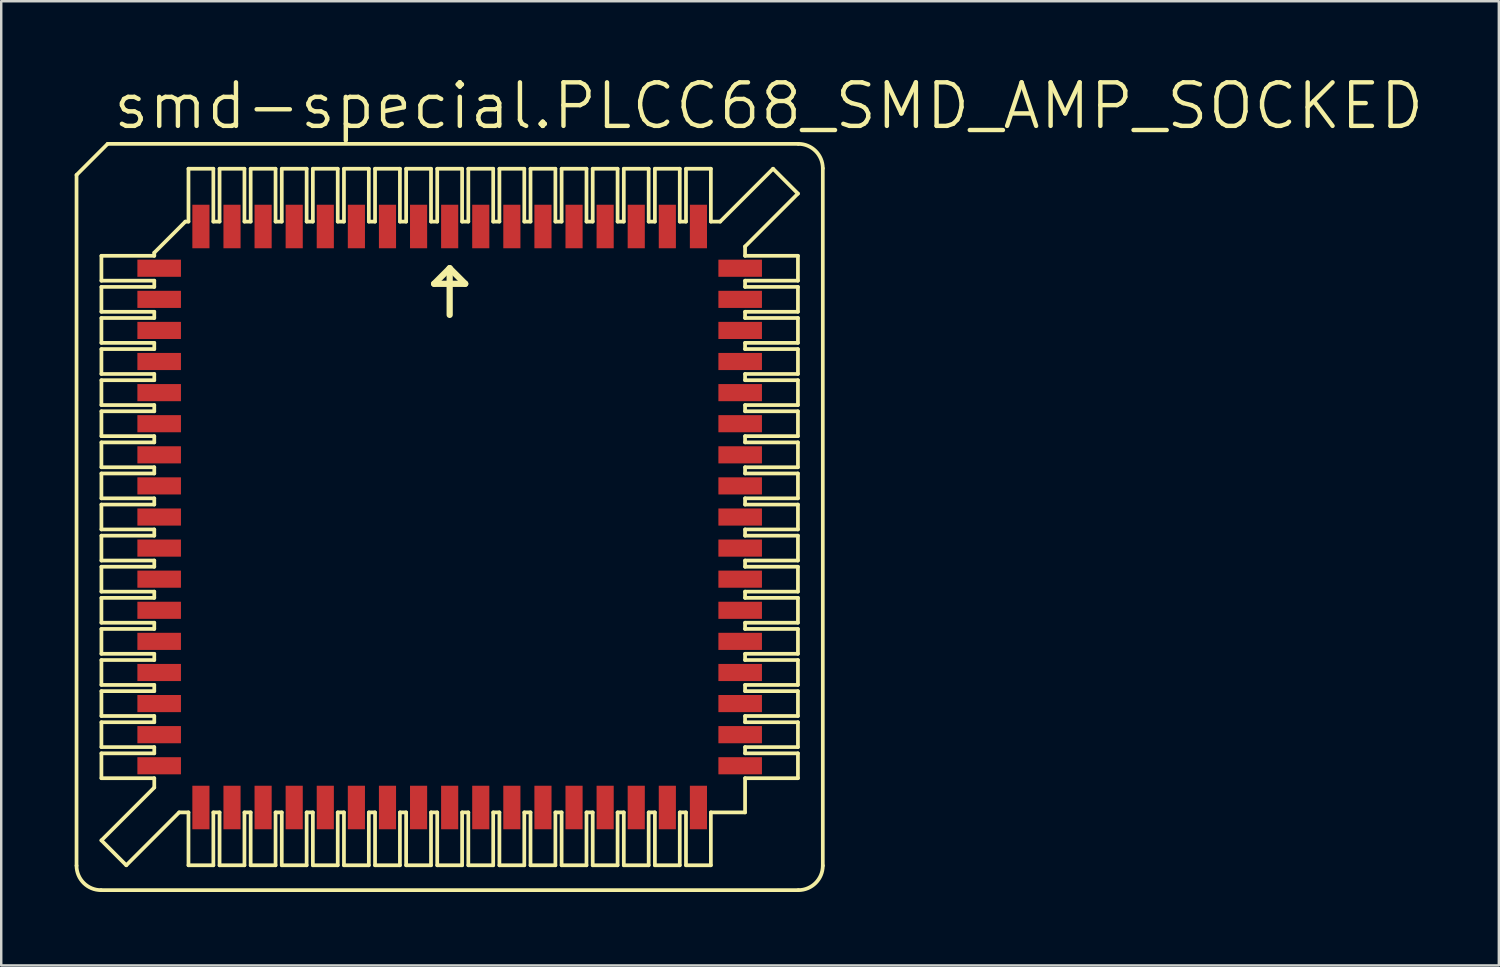
<source format=kicad_pcb>
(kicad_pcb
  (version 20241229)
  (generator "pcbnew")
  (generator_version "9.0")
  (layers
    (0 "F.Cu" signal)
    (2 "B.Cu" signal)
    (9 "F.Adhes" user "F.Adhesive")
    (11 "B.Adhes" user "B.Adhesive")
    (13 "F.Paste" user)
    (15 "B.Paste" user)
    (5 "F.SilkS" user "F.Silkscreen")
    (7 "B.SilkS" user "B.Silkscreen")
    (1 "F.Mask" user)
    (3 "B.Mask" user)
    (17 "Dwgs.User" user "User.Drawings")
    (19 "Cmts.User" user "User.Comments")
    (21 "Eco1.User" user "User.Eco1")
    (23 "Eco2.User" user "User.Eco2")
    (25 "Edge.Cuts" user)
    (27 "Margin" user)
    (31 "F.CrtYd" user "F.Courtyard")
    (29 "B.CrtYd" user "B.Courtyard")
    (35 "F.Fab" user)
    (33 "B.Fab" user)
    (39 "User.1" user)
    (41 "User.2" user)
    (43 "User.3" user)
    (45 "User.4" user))
  (footprint "smd-special.PLCC68_SMD_AMP_SOCKED"
    (layer "F.Cu")
    (at 15.316 18.066)
    (property "Reference" "smd-special.PLCC68_SMD_AMP_SOCKED" (at -13.843 -15.748 0) (layer "F.SilkS") (effects (font (size 1.778 1.778) (thickness 0.18)) (justify left bottom)))
    (attr smd)
    (fp_line (start -15.24 14.24) (end -15.24 -13.97) (stroke (width 0.152) (type default)) (layer "F.SilkS"))
    (fp_line (start -14.24 15.24) (end 14.24 15.24) (stroke (width 0.152) (type default)) (layer "F.SilkS"))
    (fp_line (start -14.224 -10.668) (end -14.224 -9.652) (stroke (width 0.152) (type default)) (layer "F.SilkS"))
    (fp_line (start -14.224 -10.668) (end -12.065 -10.668) (stroke (width 0.152) (type default)) (layer "F.SilkS"))
    (fp_line (start -14.224 -9.398) (end -14.224 -8.382) (stroke (width 0.152) (type default)) (layer "F.SilkS"))
    (fp_line (start -14.224 -9.398) (end -12.065 -9.398) (stroke (width 0.152) (type default)) (layer "F.SilkS"))
    (fp_line (start -14.224 -7.112) (end -14.224 -8.128) (stroke (width 0.152) (type default)) (layer "F.SilkS"))
    (fp_line (start -14.224 -7.112) (end -12.065 -7.112) (stroke (width 0.152) (type default)) (layer "F.SilkS"))
    (fp_line (start -14.224 -6.858) (end -14.224 -5.842) (stroke (width 0.152) (type default)) (layer "F.SilkS"))
    (fp_line (start -14.224 -6.858) (end -12.065 -6.858) (stroke (width 0.152) (type default)) (layer "F.SilkS"))
    (fp_line (start -14.224 -5.588) (end -14.224 -4.572) (stroke (width 0.152) (type default)) (layer "F.SilkS"))
    (fp_line (start -14.224 -5.588) (end -12.065 -5.588) (stroke (width 0.152) (type default)) (layer "F.SilkS"))
    (fp_line (start -14.224 -4.318) (end -14.224 -3.302) (stroke (width 0.152) (type default)) (layer "F.SilkS"))
    (fp_line (start -14.224 -4.318) (end -12.065 -4.318) (stroke (width 0.152) (type default)) (layer "F.SilkS"))
    (fp_line (start -14.224 -3.048) (end -14.224 -2.032) (stroke (width 0.152) (type default)) (layer "F.SilkS"))
    (fp_line (start -14.224 -3.048) (end -12.065 -3.048) (stroke (width 0.152) (type default)) (layer "F.SilkS"))
    (fp_line (start -14.224 -0.762) (end -14.224 -1.778) (stroke (width 0.152) (type default)) (layer "F.SilkS"))
    (fp_line (start -14.224 -0.762) (end -12.065 -0.762) (stroke (width 0.152) (type default)) (layer "F.SilkS"))
    (fp_line (start -14.224 0.508) (end -14.224 -0.508) (stroke (width 0.152) (type default)) (layer "F.SilkS"))
    (fp_line (start -14.224 0.508) (end -12.065 0.508) (stroke (width 0.152) (type default)) (layer "F.SilkS"))
    (fp_line (start -14.224 1.778) (end -14.224 0.762) (stroke (width 0.152) (type default)) (layer "F.SilkS"))
    (fp_line (start -14.224 1.778) (end -12.065 1.778) (stroke (width 0.152) (type default)) (layer "F.SilkS"))
    (fp_line (start -14.224 3.048) (end -14.224 2.032) (stroke (width 0.152) (type default)) (layer "F.SilkS"))
    (fp_line (start -14.224 3.048) (end -12.065 3.048) (stroke (width 0.152) (type default)) (layer "F.SilkS"))
    (fp_line (start -14.224 4.318) (end -14.224 3.302) (stroke (width 0.152) (type default)) (layer "F.SilkS"))
    (fp_line (start -14.224 4.318) (end -12.065 4.318) (stroke (width 0.152) (type default)) (layer "F.SilkS"))
    (fp_line (start -14.224 5.588) (end -14.224 4.572) (stroke (width 0.152) (type default)) (layer "F.SilkS"))
    (fp_line (start -14.224 5.588) (end -12.065 5.588) (stroke (width 0.152) (type default)) (layer "F.SilkS"))
    (fp_line (start -14.224 5.842) (end -14.224 6.858) (stroke (width 0.152) (type default)) (layer "F.SilkS"))
    (fp_line (start -14.224 5.842) (end -12.065 5.842) (stroke (width 0.152) (type default)) (layer "F.SilkS"))
    (fp_line (start -14.224 7.112) (end -14.224 8.128) (stroke (width 0.152) (type default)) (layer "F.SilkS"))
    (fp_line (start -14.224 7.112) (end -12.065 7.112) (stroke (width 0.152) (type default)) (layer "F.SilkS"))
    (fp_line (start -14.224 8.382) (end -14.224 9.398) (stroke (width 0.152) (type default)) (layer "F.SilkS"))
    (fp_line (start -14.224 8.382) (end -12.065 8.382) (stroke (width 0.152) (type default)) (layer "F.SilkS"))
    (fp_line (start -14.224 9.652) (end -12.065 9.652) (stroke (width 0.152) (type default)) (layer "F.SilkS"))
    (fp_line (start -14.224 10.668) (end -14.224 9.652) (stroke (width 0.152) (type default)) (layer "F.SilkS"))
    (fp_line (start -14.224 10.668) (end -12.065 10.668) (stroke (width 0.152) (type default)) (layer "F.SilkS"))
    (fp_line (start -14.224 13.208) (end -12.065 11.049) (stroke (width 0.152) (type default)) (layer "F.SilkS"))
    (fp_line (start -13.97 -15.24) (end -15.24 -13.97) (stroke (width 0.152) (type default)) (layer "F.SilkS"))
    (fp_line (start -13.208 14.224) (end -14.224 13.208) (stroke (width 0.152) (type default)) (layer "F.SilkS"))
    (fp_line (start -13.208 14.224) (end -11.049 12.065) (stroke (width 0.152) (type default)) (layer "F.SilkS"))
    (fp_line (start -12.065 -10.795) (end -10.795 -12.065) (stroke (width 0.152) (type default)) (layer "F.SilkS"))
    (fp_line (start -12.065 -10.668) (end -12.065 -10.795) (stroke (width 0.152) (type default)) (layer "F.SilkS"))
    (fp_line (start -12.065 -9.652) (end -14.224 -9.652) (stroke (width 0.152) (type default)) (layer "F.SilkS"))
    (fp_line (start -12.065 -9.652) (end -12.065 -9.398) (stroke (width 0.152) (type default)) (layer "F.SilkS"))
    (fp_line (start -12.065 -8.382) (end -14.224 -8.382) (stroke (width 0.152) (type default)) (layer "F.SilkS"))
    (fp_line (start -12.065 -8.128) (end -14.224 -8.128) (stroke (width 0.152) (type default)) (layer "F.SilkS"))
    (fp_line (start -12.065 -8.128) (end -12.065 -8.382) (stroke (width 0.152) (type default)) (layer "F.SilkS"))
    (fp_line (start -12.065 -6.858) (end -12.065 -7.112) (stroke (width 0.152) (type default)) (layer "F.SilkS"))
    (fp_line (start -12.065 -5.842) (end -14.224 -5.842) (stroke (width 0.152) (type default)) (layer "F.SilkS"))
    (fp_line (start -12.065 -5.842) (end -12.065 -5.588) (stroke (width 0.152) (type default)) (layer "F.SilkS"))
    (fp_line (start -12.065 -4.572) (end -14.224 -4.572) (stroke (width 0.152) (type default)) (layer "F.SilkS"))
    (fp_line (start -12.065 -4.572) (end -12.065 -4.318) (stroke (width 0.152) (type default)) (layer "F.SilkS"))
    (fp_line (start -12.065 -3.302) (end -14.224 -3.302) (stroke (width 0.152) (type default)) (layer "F.SilkS"))
    (fp_line (start -12.065 -3.302) (end -12.065 -3.048) (stroke (width 0.152) (type default)) (layer "F.SilkS"))
    (fp_line (start -12.065 -2.032) (end -14.224 -2.032) (stroke (width 0.152) (type default)) (layer "F.SilkS"))
    (fp_line (start -12.065 -2.032) (end -12.065 -1.778) (stroke (width 0.152) (type default)) (layer "F.SilkS"))
    (fp_line (start -12.065 -1.778) (end -14.224 -1.778) (stroke (width 0.152) (type default)) (layer "F.SilkS"))
    (fp_line (start -12.065 -0.508) (end -14.224 -0.508) (stroke (width 0.152) (type default)) (layer "F.SilkS"))
    (fp_line (start -12.065 -0.508) (end -12.065 -0.762) (stroke (width 0.152) (type default)) (layer "F.SilkS"))
    (fp_line (start -12.065 0.762) (end -14.224 0.762) (stroke (width 0.152) (type default)) (layer "F.SilkS"))
    (fp_line (start -12.065 0.762) (end -12.065 0.508) (stroke (width 0.152) (type default)) (layer "F.SilkS"))
    (fp_line (start -12.065 2.032) (end -14.224 2.032) (stroke (width 0.152) (type default)) (layer "F.SilkS"))
    (fp_line (start -12.065 2.032) (end -12.065 1.778) (stroke (width 0.152) (type default)) (layer "F.SilkS"))
    (fp_line (start -12.065 3.302) (end -14.224 3.302) (stroke (width 0.152) (type default)) (layer "F.SilkS"))
    (fp_line (start -12.065 3.302) (end -12.065 3.048) (stroke (width 0.152) (type default)) (layer "F.SilkS"))
    (fp_line (start -12.065 4.572) (end -14.224 4.572) (stroke (width 0.152) (type default)) (layer "F.SilkS"))
    (fp_line (start -12.065 4.572) (end -12.065 4.318) (stroke (width 0.152) (type default)) (layer "F.SilkS"))
    (fp_line (start -12.065 5.588) (end -12.065 5.842) (stroke (width 0.152) (type default)) (layer "F.SilkS"))
    (fp_line (start -12.065 6.858) (end -14.224 6.858) (stroke (width 0.152) (type default)) (layer "F.SilkS"))
    (fp_line (start -12.065 6.858) (end -12.065 7.112) (stroke (width 0.152) (type default)) (layer "F.SilkS"))
    (fp_line (start -12.065 8.128) (end -14.224 8.128) (stroke (width 0.152) (type default)) (layer "F.SilkS"))
    (fp_line (start -12.065 8.128) (end -12.065 8.382) (stroke (width 0.152) (type default)) (layer "F.SilkS"))
    (fp_line (start -12.065 9.398) (end -14.224 9.398) (stroke (width 0.152) (type default)) (layer "F.SilkS"))
    (fp_line (start -12.065 9.398) (end -12.065 9.652) (stroke (width 0.152) (type default)) (layer "F.SilkS"))
    (fp_line (start -12.065 11.049) (end -12.065 10.668) (stroke (width 0.152) (type default)) (layer "F.SilkS"))
    (fp_line (start -11.049 12.065) (end -10.668 12.065) (stroke (width 0.152) (type default)) (layer "F.SilkS"))
    (fp_line (start -10.795 -12.065) (end -10.668 -12.065) (stroke (width 0.152) (type default)) (layer "F.SilkS"))
    (fp_line (start -10.668 -12.065) (end -10.668 -14.224) (stroke (width 0.152) (type default)) (layer "F.SilkS"))
    (fp_line (start -10.668 14.224) (end -10.668 12.065) (stroke (width 0.152) (type default)) (layer "F.SilkS"))
    (fp_line (start -10.668 14.224) (end -9.652 14.224) (stroke (width 0.152) (type default)) (layer "F.SilkS"))
    (fp_line (start -9.652 -14.224) (end -10.668 -14.224) (stroke (width 0.152) (type default)) (layer "F.SilkS"))
    (fp_line (start -9.652 -14.224) (end -9.652 -12.065) (stroke (width 0.152) (type default)) (layer "F.SilkS"))
    (fp_line (start -9.652 12.065) (end -9.652 14.224) (stroke (width 0.152) (type default)) (layer "F.SilkS"))
    (fp_line (start -9.652 12.065) (end -9.398 12.065) (stroke (width 0.152) (type default)) (layer "F.SilkS"))
    (fp_line (start -9.398 -12.065) (end -9.652 -12.065) (stroke (width 0.152) (type default)) (layer "F.SilkS"))
    (fp_line (start -9.398 -12.065) (end -9.398 -14.224) (stroke (width 0.152) (type default)) (layer "F.SilkS"))
    (fp_line (start -9.398 14.224) (end -9.398 12.065) (stroke (width 0.152) (type default)) (layer "F.SilkS"))
    (fp_line (start -9.398 14.224) (end -8.382 14.224) (stroke (width 0.152) (type default)) (layer "F.SilkS"))
    (fp_line (start -8.382 -14.224) (end -9.398 -14.224) (stroke (width 0.152) (type default)) (layer "F.SilkS"))
    (fp_line (start -8.382 -14.224) (end -8.382 -12.065) (stroke (width 0.152) (type default)) (layer "F.SilkS"))
    (fp_line (start -8.382 12.065) (end -8.382 14.224) (stroke (width 0.152) (type default)) (layer "F.SilkS"))
    (fp_line (start -8.128 -12.065) (end -8.382 -12.065) (stroke (width 0.152) (type default)) (layer "F.SilkS"))
    (fp_line (start -8.128 -12.065) (end -8.128 -14.224) (stroke (width 0.152) (type default)) (layer "F.SilkS"))
    (fp_line (start -8.128 12.065) (end -8.382 12.065) (stroke (width 0.152) (type default)) (layer "F.SilkS"))
    (fp_line (start -8.128 12.065) (end -8.128 14.224) (stroke (width 0.152) (type default)) (layer "F.SilkS"))
    (fp_line (start -7.112 -14.224) (end -8.128 -14.224) (stroke (width 0.152) (type default)) (layer "F.SilkS"))
    (fp_line (start -7.112 -14.224) (end -7.112 -12.065) (stroke (width 0.152) (type default)) (layer "F.SilkS"))
    (fp_line (start -7.112 14.224) (end -8.128 14.224) (stroke (width 0.152) (type default)) (layer "F.SilkS"))
    (fp_line (start -7.112 14.224) (end -7.112 12.065) (stroke (width 0.152) (type default)) (layer "F.SilkS"))
    (fp_line (start -6.858 -12.065) (end -7.112 -12.065) (stroke (width 0.152) (type default)) (layer "F.SilkS"))
    (fp_line (start -6.858 -12.065) (end -6.858 -14.224) (stroke (width 0.152) (type default)) (layer "F.SilkS"))
    (fp_line (start -6.858 12.065) (end -7.112 12.065) (stroke (width 0.152) (type default)) (layer "F.SilkS"))
    (fp_line (start -6.858 14.224) (end -6.858 12.065) (stroke (width 0.152) (type default)) (layer "F.SilkS"))
    (fp_line (start -6.858 14.224) (end -5.842 14.224) (stroke (width 0.152) (type default)) (layer "F.SilkS"))
    (fp_line (start -5.842 -14.224) (end -6.858 -14.224) (stroke (width 0.152) (type default)) (layer "F.SilkS"))
    (fp_line (start -5.842 -14.224) (end -5.842 -12.065) (stroke (width 0.152) (type default)) (layer "F.SilkS"))
    (fp_line (start -5.842 12.065) (end -5.842 14.224) (stroke (width 0.152) (type default)) (layer "F.SilkS"))
    (fp_line (start -5.842 12.065) (end -5.588 12.065) (stroke (width 0.152) (type default)) (layer "F.SilkS"))
    (fp_line (start -5.588 -12.065) (end -5.842 -12.065) (stroke (width 0.152) (type default)) (layer "F.SilkS"))
    (fp_line (start -5.588 -12.065) (end -5.588 -14.224) (stroke (width 0.152) (type default)) (layer "F.SilkS"))
    (fp_line (start -5.588 14.224) (end -5.588 12.065) (stroke (width 0.152) (type default)) (layer "F.SilkS"))
    (fp_line (start -5.588 14.224) (end -4.572 14.224) (stroke (width 0.152) (type default)) (layer "F.SilkS"))
    (fp_line (start -4.572 -14.224) (end -5.588 -14.224) (stroke (width 0.152) (type default)) (layer "F.SilkS"))
    (fp_line (start -4.572 -14.224) (end -4.572 -12.065) (stroke (width 0.152) (type default)) (layer "F.SilkS"))
    (fp_line (start -4.572 12.065) (end -4.572 14.224) (stroke (width 0.152) (type default)) (layer "F.SilkS"))
    (fp_line (start -4.572 12.065) (end -4.318 12.065) (stroke (width 0.152) (type default)) (layer "F.SilkS"))
    (fp_line (start -4.318 -12.065) (end -4.572 -12.065) (stroke (width 0.152) (type default)) (layer "F.SilkS"))
    (fp_line (start -4.318 -12.065) (end -4.318 -14.224) (stroke (width 0.152) (type default)) (layer "F.SilkS"))
    (fp_line (start -4.318 14.224) (end -4.318 12.065) (stroke (width 0.152) (type default)) (layer "F.SilkS"))
    (fp_line (start -4.318 14.224) (end -3.302 14.224) (stroke (width 0.152) (type default)) (layer "F.SilkS"))
    (fp_line (start -3.302 -14.224) (end -4.318 -14.224) (stroke (width 0.152) (type default)) (layer "F.SilkS"))
    (fp_line (start -3.302 -14.224) (end -3.302 -12.065) (stroke (width 0.152) (type default)) (layer "F.SilkS"))
    (fp_line (start -3.302 12.065) (end -3.302 14.224) (stroke (width 0.152) (type default)) (layer "F.SilkS"))
    (fp_line (start -3.302 12.065) (end -3.048 12.065) (stroke (width 0.152) (type default)) (layer "F.SilkS"))
    (fp_line (start -3.048 -12.065) (end -3.302 -12.065) (stroke (width 0.152) (type default)) (layer "F.SilkS"))
    (fp_line (start -3.048 -12.065) (end -3.048 -14.224) (stroke (width 0.152) (type default)) (layer "F.SilkS"))
    (fp_line (start -3.048 14.224) (end -3.048 12.065) (stroke (width 0.152) (type default)) (layer "F.SilkS"))
    (fp_line (start -3.048 14.224) (end -2.032 14.224) (stroke (width 0.152) (type default)) (layer "F.SilkS"))
    (fp_line (start -2.032 -14.224) (end -3.048 -14.224) (stroke (width 0.152) (type default)) (layer "F.SilkS"))
    (fp_line (start -2.032 -14.224) (end -2.032 -12.065) (stroke (width 0.152) (type default)) (layer "F.SilkS"))
    (fp_line (start -2.032 12.065) (end -2.032 14.224) (stroke (width 0.152) (type default)) (layer "F.SilkS"))
    (fp_line (start -2.032 12.065) (end -1.778 12.065) (stroke (width 0.152) (type default)) (layer "F.SilkS"))
    (fp_line (start -1.778 -12.065) (end -2.032 -12.065) (stroke (width 0.152) (type default)) (layer "F.SilkS"))
    (fp_line (start -1.778 -12.065) (end -1.778 -14.224) (stroke (width 0.152) (type default)) (layer "F.SilkS"))
    (fp_line (start -1.778 14.224) (end -1.778 12.065) (stroke (width 0.152) (type default)) (layer "F.SilkS"))
    (fp_line (start -1.778 14.224) (end -0.762 14.224) (stroke (width 0.152) (type default)) (layer "F.SilkS"))
    (fp_line (start -0.762 -14.224) (end -1.778 -14.224) (stroke (width 0.152) (type default)) (layer "F.SilkS"))
    (fp_line (start -0.762 -14.224) (end -0.762 -12.065) (stroke (width 0.152) (type default)) (layer "F.SilkS"))
    (fp_line (start -0.762 12.065) (end -0.762 14.224) (stroke (width 0.152) (type default)) (layer "F.SilkS"))
    (fp_line (start -0.762 12.065) (end -0.508 12.065) (stroke (width 0.152) (type default)) (layer "F.SilkS"))
    (fp_line (start -0.635 -9.525) (end 0 -10.16) (stroke (width 0.254) (type default)) (layer "F.SilkS"))
    (fp_line (start -0.508 -12.065) (end -0.762 -12.065) (stroke (width 0.152) (type default)) (layer "F.SilkS"))
    (fp_line (start -0.508 -12.065) (end -0.508 -14.224) (stroke (width 0.152) (type default)) (layer "F.SilkS"))
    (fp_line (start -0.508 14.224) (end -0.508 12.065) (stroke (width 0.152) (type default)) (layer "F.SilkS"))
    (fp_line (start -0.508 14.224) (end 0.508 14.224) (stroke (width 0.152) (type default)) (layer "F.SilkS"))
    (fp_line (start 0 -10.16) (end 0 -8.255) (stroke (width 0.254) (type default)) (layer "F.SilkS"))
    (fp_line (start 0 -10.16) (end 0.635 -9.525) (stroke (width 0.254) (type default)) (layer "F.SilkS"))
    (fp_line (start 0.508 -14.224) (end -0.508 -14.224) (stroke (width 0.152) (type default)) (layer "F.SilkS"))
    (fp_line (start 0.508 -14.224) (end 0.508 -12.065) (stroke (width 0.152) (type default)) (layer "F.SilkS"))
    (fp_line (start 0.508 12.065) (end 0.508 14.224) (stroke (width 0.152) (type default)) (layer "F.SilkS"))
    (fp_line (start 0.508 12.065) (end 0.762 12.065) (stroke (width 0.152) (type default)) (layer "F.SilkS"))
    (fp_line (start 0.635 -9.525) (end -0.635 -9.525) (stroke (width 0.254) (type default)) (layer "F.SilkS"))
    (fp_line (start 0.762 -12.065) (end 0.508 -12.065) (stroke (width 0.152) (type default)) (layer "F.SilkS"))
    (fp_line (start 0.762 -12.065) (end 0.762 -14.224) (stroke (width 0.152) (type default)) (layer "F.SilkS"))
    (fp_line (start 0.762 14.224) (end 0.762 12.065) (stroke (width 0.152) (type default)) (layer "F.SilkS"))
    (fp_line (start 0.762 14.224) (end 1.778 14.224) (stroke (width 0.152) (type default)) (layer "F.SilkS"))
    (fp_line (start 1.778 -14.224) (end 0.762 -14.224) (stroke (width 0.152) (type default)) (layer "F.SilkS"))
    (fp_line (start 1.778 -14.224) (end 1.778 -12.065) (stroke (width 0.152) (type default)) (layer "F.SilkS"))
    (fp_line (start 1.778 12.065) (end 1.778 14.224) (stroke (width 0.152) (type default)) (layer "F.SilkS"))
    (fp_line (start 1.778 12.065) (end 2.032 12.065) (stroke (width 0.152) (type default)) (layer "F.SilkS"))
    (fp_line (start 2.032 -12.065) (end 1.778 -12.065) (stroke (width 0.152) (type default)) (layer "F.SilkS"))
    (fp_line (start 2.032 -12.065) (end 2.032 -14.224) (stroke (width 0.152) (type default)) (layer "F.SilkS"))
    (fp_line (start 2.032 14.224) (end 2.032 12.065) (stroke (width 0.152) (type default)) (layer "F.SilkS"))
    (fp_line (start 2.032 14.224) (end 3.048 14.224) (stroke (width 0.152) (type default)) (layer "F.SilkS"))
    (fp_line (start 3.048 -14.224) (end 2.032 -14.224) (stroke (width 0.152) (type default)) (layer "F.SilkS"))
    (fp_line (start 3.048 -14.224) (end 3.048 -12.065) (stroke (width 0.152) (type default)) (layer "F.SilkS"))
    (fp_line (start 3.048 12.065) (end 3.048 14.224) (stroke (width 0.152) (type default)) (layer "F.SilkS"))
    (fp_line (start 3.048 12.065) (end 3.302 12.065) (stroke (width 0.152) (type default)) (layer "F.SilkS"))
    (fp_line (start 3.302 -12.065) (end 3.048 -12.065) (stroke (width 0.152) (type default)) (layer "F.SilkS"))
    (fp_line (start 3.302 -12.065) (end 3.302 -14.224) (stroke (width 0.152) (type default)) (layer "F.SilkS"))
    (fp_line (start 3.302 14.224) (end 3.302 12.065) (stroke (width 0.152) (type default)) (layer "F.SilkS"))
    (fp_line (start 3.302 14.224) (end 4.318 14.224) (stroke (width 0.152) (type default)) (layer "F.SilkS"))
    (fp_line (start 4.318 -14.224) (end 3.302 -14.224) (stroke (width 0.152) (type default)) (layer "F.SilkS"))
    (fp_line (start 4.318 -14.224) (end 4.318 -12.065) (stroke (width 0.152) (type default)) (layer "F.SilkS"))
    (fp_line (start 4.318 12.065) (end 4.318 14.224) (stroke (width 0.152) (type default)) (layer "F.SilkS"))
    (fp_line (start 4.318 12.065) (end 4.572 12.065) (stroke (width 0.152) (type default)) (layer "F.SilkS"))
    (fp_line (start 4.572 -12.065) (end 4.318 -12.065) (stroke (width 0.152) (type default)) (layer "F.SilkS"))
    (fp_line (start 4.572 -12.065) (end 4.572 -14.224) (stroke (width 0.152) (type default)) (layer "F.SilkS"))
    (fp_line (start 4.572 14.224) (end 4.572 12.065) (stroke (width 0.152) (type default)) (layer "F.SilkS"))
    (fp_line (start 4.572 14.224) (end 5.588 14.224) (stroke (width 0.152) (type default)) (layer "F.SilkS"))
    (fp_line (start 5.588 -14.224) (end 4.572 -14.224) (stroke (width 0.152) (type default)) (layer "F.SilkS"))
    (fp_line (start 5.588 -14.224) (end 5.588 -12.065) (stroke (width 0.152) (type default)) (layer "F.SilkS"))
    (fp_line (start 5.588 12.065) (end 5.588 14.224) (stroke (width 0.152) (type default)) (layer "F.SilkS"))
    (fp_line (start 5.588 12.065) (end 5.842 12.065) (stroke (width 0.152) (type default)) (layer "F.SilkS"))
    (fp_line (start 5.842 -12.065) (end 5.588 -12.065) (stroke (width 0.152) (type default)) (layer "F.SilkS"))
    (fp_line (start 5.842 -12.065) (end 5.842 -14.224) (stroke (width 0.152) (type default)) (layer "F.SilkS"))
    (fp_line (start 5.842 14.224) (end 5.842 12.065) (stroke (width 0.152) (type default)) (layer "F.SilkS"))
    (fp_line (start 5.842 14.224) (end 6.858 14.224) (stroke (width 0.152) (type default)) (layer "F.SilkS"))
    (fp_line (start 6.858 -14.224) (end 5.842 -14.224) (stroke (width 0.152) (type default)) (layer "F.SilkS"))
    (fp_line (start 6.858 -14.224) (end 6.858 -12.065) (stroke (width 0.152) (type default)) (layer "F.SilkS"))
    (fp_line (start 6.858 -12.065) (end 7.112 -12.065) (stroke (width 0.152) (type default)) (layer "F.SilkS"))
    (fp_line (start 6.858 12.065) (end 6.858 14.224) (stroke (width 0.152) (type default)) (layer "F.SilkS"))
    (fp_line (start 6.858 12.065) (end 7.112 12.065) (stroke (width 0.152) (type default)) (layer "F.SilkS"))
    (fp_line (start 7.112 -14.224) (end 7.112 -12.065) (stroke (width 0.152) (type default)) (layer "F.SilkS"))
    (fp_line (start 7.112 -14.224) (end 8.128 -14.224) (stroke (width 0.152) (type default)) (layer "F.SilkS"))
    (fp_line (start 7.112 14.224) (end 7.112 12.065) (stroke (width 0.152) (type default)) (layer "F.SilkS"))
    (fp_line (start 7.112 14.224) (end 8.128 14.224) (stroke (width 0.152) (type default)) (layer "F.SilkS"))
    (fp_line (start 8.128 -12.065) (end 8.128 -14.224) (stroke (width 0.152) (type default)) (layer "F.SilkS"))
    (fp_line (start 8.128 -12.065) (end 8.382 -12.065) (stroke (width 0.152) (type default)) (layer "F.SilkS"))
    (fp_line (start 8.128 12.065) (end 8.128 14.224) (stroke (width 0.152) (type default)) (layer "F.SilkS"))
    (fp_line (start 8.128 12.065) (end 8.382 12.065) (stroke (width 0.152) (type default)) (layer "F.SilkS"))
    (fp_line (start 8.382 -12.065) (end 8.382 -14.224) (stroke (width 0.152) (type default)) (layer "F.SilkS"))
    (fp_line (start 8.382 14.224) (end 8.382 12.065) (stroke (width 0.152) (type default)) (layer "F.SilkS"))
    (fp_line (start 8.382 14.224) (end 9.398 14.224) (stroke (width 0.152) (type default)) (layer "F.SilkS"))
    (fp_line (start 9.398 -14.224) (end 8.382 -14.224) (stroke (width 0.152) (type default)) (layer "F.SilkS"))
    (fp_line (start 9.398 -14.224) (end 9.398 -12.065) (stroke (width 0.152) (type default)) (layer "F.SilkS"))
    (fp_line (start 9.398 14.224) (end 9.398 12.065) (stroke (width 0.152) (type default)) (layer "F.SilkS"))
    (fp_line (start 9.652 -12.065) (end 9.398 -12.065) (stroke (width 0.152) (type default)) (layer "F.SilkS"))
    (fp_line (start 9.652 -12.065) (end 9.652 -14.224) (stroke (width 0.152) (type default)) (layer "F.SilkS"))
    (fp_line (start 9.652 12.065) (end 9.398 12.065) (stroke (width 0.152) (type default)) (layer "F.SilkS"))
    (fp_line (start 9.652 14.224) (end 9.652 12.065) (stroke (width 0.152) (type default)) (layer "F.SilkS"))
    (fp_line (start 9.652 14.224) (end 10.668 14.224) (stroke (width 0.152) (type default)) (layer "F.SilkS"))
    (fp_line (start 10.668 -14.224) (end 9.652 -14.224) (stroke (width 0.152) (type default)) (layer "F.SilkS"))
    (fp_line (start 10.668 -14.224) (end 10.668 -12.065) (stroke (width 0.152) (type default)) (layer "F.SilkS"))
    (fp_line (start 10.668 12.065) (end 10.668 14.224) (stroke (width 0.152) (type default)) (layer "F.SilkS"))
    (fp_line (start 10.668 12.065) (end 12.065 12.065) (stroke (width 0.152) (type default)) (layer "F.SilkS"))
    (fp_line (start 11.049 -12.065) (end 10.668 -12.065) (stroke (width 0.152) (type default)) (layer "F.SilkS"))
    (fp_line (start 12.065 -11.049) (end 12.065 -10.668) (stroke (width 0.152) (type default)) (layer "F.SilkS"))
    (fp_line (start 12.065 -9.652) (end 12.065 -9.398) (stroke (width 0.152) (type default)) (layer "F.SilkS"))
    (fp_line (start 12.065 -9.652) (end 14.224 -9.652) (stroke (width 0.152) (type default)) (layer "F.SilkS"))
    (fp_line (start 12.065 -9.398) (end 14.224 -9.398) (stroke (width 0.152) (type default)) (layer "F.SilkS"))
    (fp_line (start 12.065 -8.128) (end 12.065 -8.382) (stroke (width 0.152) (type default)) (layer "F.SilkS"))
    (fp_line (start 12.065 -8.128) (end 14.224 -8.128) (stroke (width 0.152) (type default)) (layer "F.SilkS"))
    (fp_line (start 12.065 -6.858) (end 12.065 -7.112) (stroke (width 0.152) (type default)) (layer "F.SilkS"))
    (fp_line (start 12.065 -6.858) (end 14.224 -6.858) (stroke (width 0.152) (type default)) (layer "F.SilkS"))
    (fp_line (start 12.065 -5.588) (end 12.065 -5.842) (stroke (width 0.152) (type default)) (layer "F.SilkS"))
    (fp_line (start 12.065 -4.572) (end 12.065 -4.318) (stroke (width 0.152) (type default)) (layer "F.SilkS"))
    (fp_line (start 12.065 -4.572) (end 14.224 -4.572) (stroke (width 0.152) (type default)) (layer "F.SilkS"))
    (fp_line (start 12.065 -3.302) (end 12.065 -3.048) (stroke (width 0.152) (type default)) (layer "F.SilkS"))
    (fp_line (start 12.065 -3.302) (end 14.224 -3.302) (stroke (width 0.152) (type default)) (layer "F.SilkS"))
    (fp_line (start 12.065 -2.032) (end 12.065 -1.778) (stroke (width 0.152) (type default)) (layer "F.SilkS"))
    (fp_line (start 12.065 -2.032) (end 14.224 -2.032) (stroke (width 0.152) (type default)) (layer "F.SilkS"))
    (fp_line (start 12.065 -0.762) (end 12.065 -0.508) (stroke (width 0.152) (type default)) (layer "F.SilkS"))
    (fp_line (start 12.065 -0.762) (end 14.224 -0.762) (stroke (width 0.152) (type default)) (layer "F.SilkS"))
    (fp_line (start 12.065 0.508) (end 12.065 0.762) (stroke (width 0.152) (type default)) (layer "F.SilkS"))
    (fp_line (start 12.065 0.508) (end 14.224 0.508) (stroke (width 0.152) (type default)) (layer "F.SilkS"))
    (fp_line (start 12.065 1.778) (end 12.065 2.032) (stroke (width 0.152) (type default)) (layer "F.SilkS"))
    (fp_line (start 12.065 1.778) (end 14.224 1.778) (stroke (width 0.152) (type default)) (layer "F.SilkS"))
    (fp_line (start 12.065 2.032) (end 14.224 2.032) (stroke (width 0.152) (type default)) (layer "F.SilkS"))
    (fp_line (start 12.065 3.302) (end 12.065 3.048) (stroke (width 0.152) (type default)) (layer "F.SilkS"))
    (fp_line (start 12.065 3.302) (end 14.224 3.302) (stroke (width 0.152) (type default)) (layer "F.SilkS"))
    (fp_line (start 12.065 4.572) (end 12.065 4.318) (stroke (width 0.152) (type default)) (layer "F.SilkS"))
    (fp_line (start 12.065 4.572) (end 14.224 4.572) (stroke (width 0.152) (type default)) (layer "F.SilkS"))
    (fp_line (start 12.065 5.842) (end 12.065 5.588) (stroke (width 0.152) (type default)) (layer "F.SilkS"))
    (fp_line (start 12.065 5.842) (end 14.224 5.842) (stroke (width 0.152) (type default)) (layer "F.SilkS"))
    (fp_line (start 12.065 6.858) (end 12.065 7.112) (stroke (width 0.152) (type default)) (layer "F.SilkS"))
    (fp_line (start 12.065 8.128) (end 12.065 8.382) (stroke (width 0.152) (type default)) (layer "F.SilkS"))
    (fp_line (start 12.065 8.128) (end 14.224 8.128) (stroke (width 0.152) (type default)) (layer "F.SilkS"))
    (fp_line (start 12.065 8.382) (end 14.224 8.382) (stroke (width 0.152) (type default)) (layer "F.SilkS"))
    (fp_line (start 12.065 9.652) (end 12.065 9.398) (stroke (width 0.152) (type default)) (layer "F.SilkS"))
    (fp_line (start 12.065 9.652) (end 14.224 9.652) (stroke (width 0.152) (type default)) (layer "F.SilkS"))
    (fp_line (start 12.065 12.065) (end 12.065 10.668) (stroke (width 0.152) (type default)) (layer "F.SilkS"))
    (fp_line (start 13.208 -14.224) (end 11.049 -12.065) (stroke (width 0.152) (type default)) (layer "F.SilkS"))
    (fp_line (start 14.224 -13.208) (end 12.065 -11.049) (stroke (width 0.152) (type default)) (layer "F.SilkS"))
    (fp_line (start 14.224 -13.208) (end 13.208 -14.224) (stroke (width 0.152) (type default)) (layer "F.SilkS"))
    (fp_line (start 14.224 -10.668) (end 12.065 -10.668) (stroke (width 0.152) (type default)) (layer "F.SilkS"))
    (fp_line (start 14.224 -10.668) (end 14.224 -9.652) (stroke (width 0.152) (type default)) (layer "F.SilkS"))
    (fp_line (start 14.224 -8.382) (end 12.065 -8.382) (stroke (width 0.152) (type default)) (layer "F.SilkS"))
    (fp_line (start 14.224 -8.382) (end 14.224 -9.398) (stroke (width 0.152) (type default)) (layer "F.SilkS"))
    (fp_line (start 14.224 -7.112) (end 12.065 -7.112) (stroke (width 0.152) (type default)) (layer "F.SilkS"))
    (fp_line (start 14.224 -7.112) (end 14.224 -8.128) (stroke (width 0.152) (type default)) (layer "F.SilkS"))
    (fp_line (start 14.224 -5.842) (end 12.065 -5.842) (stroke (width 0.152) (type default)) (layer "F.SilkS"))
    (fp_line (start 14.224 -5.842) (end 14.224 -6.858) (stroke (width 0.152) (type default)) (layer "F.SilkS"))
    (fp_line (start 14.224 -5.588) (end 12.065 -5.588) (stroke (width 0.152) (type default)) (layer "F.SilkS"))
    (fp_line (start 14.224 -5.588) (end 14.224 -4.572) (stroke (width 0.152) (type default)) (layer "F.SilkS"))
    (fp_line (start 14.224 -4.318) (end 12.065 -4.318) (stroke (width 0.152) (type default)) (layer "F.SilkS"))
    (fp_line (start 14.224 -4.318) (end 14.224 -3.302) (stroke (width 0.152) (type default)) (layer "F.SilkS"))
    (fp_line (start 14.224 -3.048) (end 12.065 -3.048) (stroke (width 0.152) (type default)) (layer "F.SilkS"))
    (fp_line (start 14.224 -3.048) (end 14.224 -2.032) (stroke (width 0.152) (type default)) (layer "F.SilkS"))
    (fp_line (start 14.224 -1.778) (end 12.065 -1.778) (stroke (width 0.152) (type default)) (layer "F.SilkS"))
    (fp_line (start 14.224 -1.778) (end 14.224 -0.762) (stroke (width 0.152) (type default)) (layer "F.SilkS"))
    (fp_line (start 14.224 -0.508) (end 12.065 -0.508) (stroke (width 0.152) (type default)) (layer "F.SilkS"))
    (fp_line (start 14.224 -0.508) (end 14.224 0.508) (stroke (width 0.152) (type default)) (layer "F.SilkS"))
    (fp_line (start 14.224 0.762) (end 12.065 0.762) (stroke (width 0.152) (type default)) (layer "F.SilkS"))
    (fp_line (start 14.224 0.762) (end 14.224 1.778) (stroke (width 0.152) (type default)) (layer "F.SilkS"))
    (fp_line (start 14.224 3.048) (end 12.065 3.048) (stroke (width 0.152) (type default)) (layer "F.SilkS"))
    (fp_line (start 14.224 3.048) (end 14.224 2.032) (stroke (width 0.152) (type default)) (layer "F.SilkS"))
    (fp_line (start 14.224 4.318) (end 12.065 4.318) (stroke (width 0.152) (type default)) (layer "F.SilkS"))
    (fp_line (start 14.224 4.318) (end 14.224 3.302) (stroke (width 0.152) (type default)) (layer "F.SilkS"))
    (fp_line (start 14.224 5.588) (end 12.065 5.588) (stroke (width 0.152) (type default)) (layer "F.SilkS"))
    (fp_line (start 14.224 5.588) (end 14.224 4.572) (stroke (width 0.152) (type default)) (layer "F.SilkS"))
    (fp_line (start 14.224 6.858) (end 12.065 6.858) (stroke (width 0.152) (type default)) (layer "F.SilkS"))
    (fp_line (start 14.224 6.858) (end 14.224 5.842) (stroke (width 0.152) (type default)) (layer "F.SilkS"))
    (fp_line (start 14.224 7.112) (end 12.065 7.112) (stroke (width 0.152) (type default)) (layer "F.SilkS"))
    (fp_line (start 14.224 7.112) (end 14.224 8.128) (stroke (width 0.152) (type default)) (layer "F.SilkS"))
    (fp_line (start 14.224 9.398) (end 12.065 9.398) (stroke (width 0.152) (type default)) (layer "F.SilkS"))
    (fp_line (start 14.224 9.398) (end 14.224 8.382) (stroke (width 0.152) (type default)) (layer "F.SilkS"))
    (fp_line (start 14.224 10.668) (end 12.065 10.668) (stroke (width 0.152) (type default)) (layer "F.SilkS"))
    (fp_line (start 14.224 10.668) (end 14.224 9.652) (stroke (width 0.152) (type default)) (layer "F.SilkS"))
    (fp_line (start 14.24 -15.24) (end -13.97 -15.24) (stroke (width 0.152) (type default)) (layer "F.SilkS"))
    (fp_line (start 15.24 14.24) (end 15.24 -14.24) (stroke (width 0.152) (type default)) (layer "F.SilkS"))
    (fp_arc (start -14.24 15.24) (mid -14.947107 14.947107) (end -15.24 14.24) (stroke (width 0.1524) (type default)) (layer "F.SilkS"))
    (fp_arc (start 14.24 -15.24) (mid 14.947107 -14.947107) (end 15.24 -14.24) (stroke (width 0.1524) (type default)) (layer "F.SilkS"))
    (fp_arc (start 15.24 14.24) (mid 14.947107 14.947107) (end 14.24 15.24) (stroke (width 0.1524) (type default)) (layer "F.SilkS"))
    (pad "1" smd roundrect (at 0 -11.865) (size 0.7 1.78) (layers "F.Cu" "F.Mask" "F.Paste") (roundrect_rratio 0.01))
    (pad "2" smd roundrect (at -1.27 -11.865) (size 0.7 1.78) (layers "F.Cu" "F.Mask" "F.Paste") (roundrect_rratio 0.01))
    (pad "3" smd roundrect (at -2.54 -11.865) (size 0.7 1.78) (layers "F.Cu" "F.Mask" "F.Paste") (roundrect_rratio 0.01))
    (pad "4" smd roundrect (at -3.81 -11.865) (size 0.7 1.78) (layers "F.Cu" "F.Mask" "F.Paste") (roundrect_rratio 0.01))
    (pad "5" smd roundrect (at -5.08 -11.865) (size 0.7 1.78) (layers "F.Cu" "F.Mask" "F.Paste") (roundrect_rratio 0.01))
    (pad "6" smd roundrect (at -6.35 -11.865) (size 0.7 1.78) (layers "F.Cu" "F.Mask" "F.Paste") (roundrect_rratio 0.01))
    (pad "7" smd roundrect (at -7.62 -11.865) (size 0.7 1.78) (layers "F.Cu" "F.Mask" "F.Paste") (roundrect_rratio 0.01))
    (pad "8" smd roundrect (at -8.89 -11.865) (size 0.7 1.78) (layers "F.Cu" "F.Mask" "F.Paste") (roundrect_rratio 0.01))
    (pad "9" smd roundrect (at -10.16 -11.865) (size 0.7 1.78) (layers "F.Cu" "F.Mask" "F.Paste") (roundrect_rratio 0.01))
    (pad "10" smd roundrect (at -11.865 -10.16) (size 1.78 0.7) (layers "F.Cu" "F.Mask" "F.Paste") (roundrect_rratio 0.01))
    (pad "11" smd roundrect (at -11.865 -8.89) (size 1.78 0.7) (layers "F.Cu" "F.Mask" "F.Paste") (roundrect_rratio 0.01))
    (pad "12" smd roundrect (at -11.865 -7.62) (size 1.78 0.7) (layers "F.Cu" "F.Mask" "F.Paste") (roundrect_rratio 0.01))
    (pad "13" smd roundrect (at -11.865 -6.35) (size 1.78 0.7) (layers "F.Cu" "F.Mask" "F.Paste") (roundrect_rratio 0.01))
    (pad "14" smd roundrect (at -11.865 -5.08) (size 1.78 0.7) (layers "F.Cu" "F.Mask" "F.Paste") (roundrect_rratio 0.01))
    (pad "15" smd roundrect (at -11.865 -3.81) (size 1.78 0.7) (layers "F.Cu" "F.Mask" "F.Paste") (roundrect_rratio 0.01))
    (pad "16" smd roundrect (at -11.865 -2.54) (size 1.78 0.7) (layers "F.Cu" "F.Mask" "F.Paste") (roundrect_rratio 0.01))
    (pad "17" smd roundrect (at -11.865 -1.27) (size 1.78 0.7) (layers "F.Cu" "F.Mask" "F.Paste") (roundrect_rratio 0.01))
    (pad "18" smd roundrect (at -11.865 0) (size 1.78 0.7) (layers "F.Cu" "F.Mask" "F.Paste") (roundrect_rratio 0.01))
    (pad "19" smd roundrect (at -11.865 1.27) (size 1.78 0.7) (layers "F.Cu" "F.Mask" "F.Paste") (roundrect_rratio 0.01))
    (pad "20" smd roundrect (at -11.865 2.54) (size 1.78 0.7) (layers "F.Cu" "F.Mask" "F.Paste") (roundrect_rratio 0.01))
    (pad "21" smd roundrect (at -11.865 3.81) (size 1.78 0.7) (layers "F.Cu" "F.Mask" "F.Paste") (roundrect_rratio 0.01))
    (pad "22" smd roundrect (at -11.865 5.08) (size 1.78 0.7) (layers "F.Cu" "F.Mask" "F.Paste") (roundrect_rratio 0.01))
    (pad "23" smd roundrect (at -11.865 6.35) (size 1.78 0.7) (layers "F.Cu" "F.Mask" "F.Paste") (roundrect_rratio 0.01))
    (pad "24" smd roundrect (at -11.865 7.62) (size 1.78 0.7) (layers "F.Cu" "F.Mask" "F.Paste") (roundrect_rratio 0.01))
    (pad "25" smd roundrect (at -11.865 8.89) (size 1.78 0.7) (layers "F.Cu" "F.Mask" "F.Paste") (roundrect_rratio 0.01))
    (pad "26" smd roundrect (at -11.865 10.16) (size 1.78 0.7) (layers "F.Cu" "F.Mask" "F.Paste") (roundrect_rratio 0.01))
    (pad "27" smd roundrect (at -10.16 11.865) (size 0.7 1.78) (layers "F.Cu" "F.Mask" "F.Paste") (roundrect_rratio 0.01))
    (pad "28" smd roundrect (at -8.89 11.865) (size 0.7 1.78) (layers "F.Cu" "F.Mask" "F.Paste") (roundrect_rratio 0.01))
    (pad "29" smd roundrect (at -7.62 11.865) (size 0.7 1.78) (layers "F.Cu" "F.Mask" "F.Paste") (roundrect_rratio 0.01))
    (pad "30" smd roundrect (at -6.35 11.865) (size 0.7 1.78) (layers "F.Cu" "F.Mask" "F.Paste") (roundrect_rratio 0.01))
    (pad "31" smd roundrect (at -5.08 11.865) (size 0.7 1.78) (layers "F.Cu" "F.Mask" "F.Paste") (roundrect_rratio 0.01))
    (pad "32" smd roundrect (at -3.81 11.865) (size 0.7 1.78) (layers "F.Cu" "F.Mask" "F.Paste") (roundrect_rratio 0.01))
    (pad "33" smd roundrect (at -2.54 11.865) (size 0.7 1.78) (layers "F.Cu" "F.Mask" "F.Paste") (roundrect_rratio 0.01))
    (pad "34" smd roundrect (at -1.27 11.865) (size 0.7 1.78) (layers "F.Cu" "F.Mask" "F.Paste") (roundrect_rratio 0.01))
    (pad "35" smd roundrect (at 0 11.865) (size 0.7 1.78) (layers "F.Cu" "F.Mask" "F.Paste") (roundrect_rratio 0.01))
    (pad "36" smd roundrect (at 1.27 11.865) (size 0.7 1.78) (layers "F.Cu" "F.Mask" "F.Paste") (roundrect_rratio 0.01))
    (pad "37" smd roundrect (at 2.54 11.865) (size 0.7 1.78) (layers "F.Cu" "F.Mask" "F.Paste") (roundrect_rratio 0.01))
    (pad "38" smd roundrect (at 3.81 11.865) (size 0.7 1.78) (layers "F.Cu" "F.Mask" "F.Paste") (roundrect_rratio 0.01))
    (pad "39" smd roundrect (at 5.08 11.865) (size 0.7 1.78) (layers "F.Cu" "F.Mask" "F.Paste") (roundrect_rratio 0.01))
    (pad "40" smd roundrect (at 6.35 11.865) (size 0.7 1.78) (layers "F.Cu" "F.Mask" "F.Paste") (roundrect_rratio 0.01))
    (pad "41" smd roundrect (at 7.62 11.865) (size 0.7 1.78) (layers "F.Cu" "F.Mask" "F.Paste") (roundrect_rratio 0.01))
    (pad "42" smd roundrect (at 8.89 11.865) (size 0.7 1.78) (layers "F.Cu" "F.Mask" "F.Paste") (roundrect_rratio 0.01))
    (pad "43" smd roundrect (at 10.16 11.865) (size 0.7 1.78) (layers "F.Cu" "F.Mask" "F.Paste") (roundrect_rratio 0.01))
    (pad "44" smd roundrect (at 11.865 10.16) (size 1.78 0.7) (layers "F.Cu" "F.Mask" "F.Paste") (roundrect_rratio 0.01))
    (pad "45" smd roundrect (at 11.865 8.89) (size 1.78 0.7) (layers "F.Cu" "F.Mask" "F.Paste") (roundrect_rratio 0.01))
    (pad "46" smd roundrect (at 11.865 7.62) (size 1.78 0.7) (layers "F.Cu" "F.Mask" "F.Paste") (roundrect_rratio 0.01))
    (pad "47" smd roundrect (at 11.865 6.35) (size 1.78 0.7) (layers "F.Cu" "F.Mask" "F.Paste") (roundrect_rratio 0.01))
    (pad "48" smd roundrect (at 11.865 5.08) (size 1.78 0.7) (layers "F.Cu" "F.Mask" "F.Paste") (roundrect_rratio 0.01))
    (pad "49" smd roundrect (at 11.865 3.81) (size 1.78 0.7) (layers "F.Cu" "F.Mask" "F.Paste") (roundrect_rratio 0.01))
    (pad "50" smd roundrect (at 11.865 2.54) (size 1.78 0.7) (layers "F.Cu" "F.Mask" "F.Paste") (roundrect_rratio 0.01))
    (pad "51" smd roundrect (at 11.865 1.27) (size 1.78 0.7) (layers "F.Cu" "F.Mask" "F.Paste") (roundrect_rratio 0.01))
    (pad "52" smd roundrect (at 11.865 0) (size 1.78 0.7) (layers "F.Cu" "F.Mask" "F.Paste") (roundrect_rratio 0.01))
    (pad "53" smd roundrect (at 11.865 -1.27) (size 1.78 0.7) (layers "F.Cu" "F.Mask" "F.Paste") (roundrect_rratio 0.01))
    (pad "54" smd roundrect (at 11.865 -2.54) (size 1.78 0.7) (layers "F.Cu" "F.Mask" "F.Paste") (roundrect_rratio 0.01))
    (pad "55" smd roundrect (at 11.865 -3.81) (size 1.78 0.7) (layers "F.Cu" "F.Mask" "F.Paste") (roundrect_rratio 0.01))
    (pad "56" smd roundrect (at 11.865 -5.08) (size 1.78 0.7) (layers "F.Cu" "F.Mask" "F.Paste") (roundrect_rratio 0.01))
    (pad "57" smd roundrect (at 11.865 -6.35) (size 1.78 0.7) (layers "F.Cu" "F.Mask" "F.Paste") (roundrect_rratio 0.01))
    (pad "58" smd roundrect (at 11.865 -7.62) (size 1.78 0.7) (layers "F.Cu" "F.Mask" "F.Paste") (roundrect_rratio 0.01))
    (pad "59" smd roundrect (at 11.865 -8.89) (size 1.78 0.7) (layers "F.Cu" "F.Mask" "F.Paste") (roundrect_rratio 0.01))
    (pad "60" smd roundrect (at 11.865 -10.16) (size 1.78 0.7) (layers "F.Cu" "F.Mask" "F.Paste") (roundrect_rratio 0.01))
    (pad "61" smd roundrect (at 10.16 -11.865) (size 0.7 1.78) (layers "F.Cu" "F.Mask" "F.Paste") (roundrect_rratio 0.01))
    (pad "62" smd roundrect (at 8.89 -11.865) (size 0.7 1.78) (layers "F.Cu" "F.Mask" "F.Paste") (roundrect_rratio 0.01))
    (pad "63" smd roundrect (at 7.62 -11.865) (size 0.7 1.78) (layers "F.Cu" "F.Mask" "F.Paste") (roundrect_rratio 0.01))
    (pad "64" smd roundrect (at 6.35 -11.865) (size 0.7 1.78) (layers "F.Cu" "F.Mask" "F.Paste") (roundrect_rratio 0.01))
    (pad "65" smd roundrect (at 5.08 -11.865) (size 0.7 1.78) (layers "F.Cu" "F.Mask" "F.Paste") (roundrect_rratio 0.01))
    (pad "66" smd roundrect (at 3.81 -11.865) (size 0.7 1.78) (layers "F.Cu" "F.Mask" "F.Paste") (roundrect_rratio 0.01))
    (pad "67" smd roundrect (at 2.54 -11.865) (size 0.7 1.78) (layers "F.Cu" "F.Mask" "F.Paste") (roundrect_rratio 0.01))
    (pad "68" smd roundrect (at 1.27 -11.865) (size 0.7 1.78) (layers "F.Cu" "F.Mask" "F.Paste") (roundrect_rratio 0.01)))
  (gr_rect
    (start -3 -3)
    (end 58.167 36.382)
    (stroke (width 0.1) (type default))
    (fill no)
    (layer "Edge.Cuts")))
</source>
